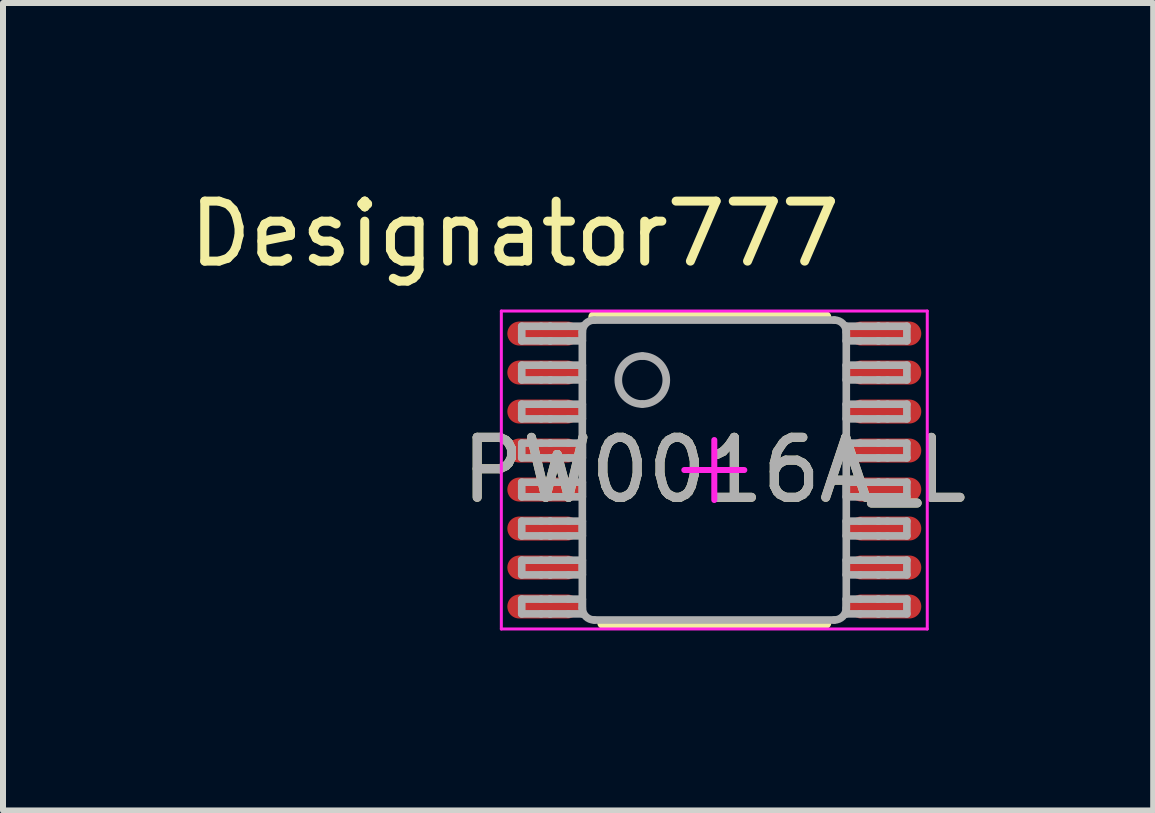
<source format=kicad_pcb>
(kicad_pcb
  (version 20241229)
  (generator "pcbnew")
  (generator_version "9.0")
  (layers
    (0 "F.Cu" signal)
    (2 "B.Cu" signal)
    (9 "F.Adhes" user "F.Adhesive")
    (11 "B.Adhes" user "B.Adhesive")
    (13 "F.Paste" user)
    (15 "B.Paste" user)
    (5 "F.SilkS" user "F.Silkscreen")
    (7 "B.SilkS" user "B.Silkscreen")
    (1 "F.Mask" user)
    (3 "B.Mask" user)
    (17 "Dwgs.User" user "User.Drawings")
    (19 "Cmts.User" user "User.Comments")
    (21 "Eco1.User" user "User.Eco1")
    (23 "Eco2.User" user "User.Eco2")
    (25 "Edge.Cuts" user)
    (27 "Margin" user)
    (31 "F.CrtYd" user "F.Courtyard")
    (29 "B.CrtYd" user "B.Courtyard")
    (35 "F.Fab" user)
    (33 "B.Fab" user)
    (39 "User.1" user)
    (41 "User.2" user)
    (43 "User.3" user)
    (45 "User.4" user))
  (footprint "PW0016A_L"
    (layer "F.Cu")
    (at 8.857 4.785)
    (property "Reference" "PW0016A_L" (at 0 0 0) (unlocked yes) (layer "F.SilkS") (effects (font (size 1 1) (thickness 0.15))))
    (attr smd)
    (fp_line (start -2 -2.55) (end 1.85 -2.55) (stroke (width 0.2) (type solid)) (layer "F.SilkS"))
    (fp_line (start -1.85 2.55) (end 1.85 2.55) (stroke (width 0.2) (type solid)) (layer "F.SilkS"))
    (fp_line (start -3.55 -2.65) (end 3.55 -2.65) (stroke (width 0.05) (type solid)) (layer "F.CrtYd"))
    (fp_line (start -3.55 2.65) (end -3.55 -2.65) (stroke (width 0.05) (type solid)) (layer "F.CrtYd"))
    (fp_line (start -3.55 2.65) (end 3.55 2.65) (stroke (width 0.05) (type solid)) (layer "F.CrtYd"))
    (fp_line (start -0.5 0) (end 0.5 0) (stroke (width 0.1) (type solid)) (layer "F.CrtYd"))
    (fp_line (start -0.000003 0.5) (end -0.000003 -0.5) (stroke (width 0.1) (type solid)) (layer "F.CrtYd"))
    (fp_line (start 3.55 2.65) (end 3.55 -2.65) (stroke (width 0.05) (type solid)) (layer "F.CrtYd"))
    (fp_line (start -3.21 -2.397) (end -2.887 -2.397) (stroke (width 0.127) (type solid)) (layer "F.Fab"))
    (fp_line (start -3.21 -2.153) (end -3.21 -2.397) (stroke (width 0.127) (type solid)) (layer "F.Fab"))
    (fp_line (start -3.21 -2.153) (end -2.887 -2.153) (stroke (width 0.127) (type solid)) (layer "F.Fab"))
    (fp_line (start -3.21 -1.748) (end -2.887 -1.748) (stroke (width 0.127) (type solid)) (layer "F.Fab"))
    (fp_line (start -3.21 -1.502) (end -3.21 -1.748) (stroke (width 0.127) (type solid)) (layer "F.Fab"))
    (fp_line (start -3.21 -1.502) (end -2.887 -1.502) (stroke (width 0.127) (type solid)) (layer "F.Fab"))
    (fp_line (start -3.21 -1.097) (end -2.887 -1.097) (stroke (width 0.127) (type solid)) (layer "F.Fab"))
    (fp_line (start -3.21 -0.853) (end -3.21 -1.097) (stroke (width 0.127) (type solid)) (layer "F.Fab"))
    (fp_line (start -3.21 -0.853) (end -2.887 -0.853) (stroke (width 0.127) (type solid)) (layer "F.Fab"))
    (fp_line (start -3.21 -0.448) (end -2.887 -0.448) (stroke (width 0.127) (type solid)) (layer "F.Fab"))
    (fp_line (start -3.21 -0.202) (end -3.21 -0.448) (stroke (width 0.127) (type solid)) (layer "F.Fab"))
    (fp_line (start -3.21 -0.202) (end -2.887 -0.202) (stroke (width 0.127) (type solid)) (layer "F.Fab"))
    (fp_line (start -3.21 0.203) (end -2.887 0.203) (stroke (width 0.127) (type solid)) (layer "F.Fab"))
    (fp_line (start -3.21 0.447) (end -3.21 0.203) (stroke (width 0.127) (type solid)) (layer "F.Fab"))
    (fp_line (start -3.21 0.447) (end -2.887 0.447) (stroke (width 0.127) (type solid)) (layer "F.Fab"))
    (fp_line (start -3.21 0.852) (end -2.887 0.852) (stroke (width 0.127) (type solid)) (layer "F.Fab"))
    (fp_line (start -3.21 1.098) (end -3.21 0.852) (stroke (width 0.127) (type solid)) (layer "F.Fab"))
    (fp_line (start -3.21 1.098) (end -2.887 1.098) (stroke (width 0.127) (type solid)) (layer "F.Fab"))
    (fp_line (start -3.21 1.503) (end -2.887 1.503) (stroke (width 0.127) (type solid)) (layer "F.Fab"))
    (fp_line (start -3.21 1.748) (end -3.21 1.503) (stroke (width 0.127) (type solid)) (layer "F.Fab"))
    (fp_line (start -3.21 1.748) (end -2.887 1.748) (stroke (width 0.127) (type solid)) (layer "F.Fab"))
    (fp_line (start -3.21 2.152) (end -2.887 2.152) (stroke (width 0.127) (type solid)) (layer "F.Fab"))
    (fp_line (start -3.21 2.398) (end -3.21 2.152) (stroke (width 0.127) (type solid)) (layer "F.Fab"))
    (fp_line (start -3.21 2.398) (end -2.887 2.398) (stroke (width 0.127) (type solid)) (layer "F.Fab"))
    (fp_line (start -2.887 -2.397) (end -2.739 -2.397) (stroke (width 0.127) (type solid)) (layer "F.Fab"))
    (fp_line (start -2.887 -2.153) (end -2.739 -2.153) (stroke (width 0.127) (type solid)) (layer "F.Fab"))
    (fp_line (start -2.887 -1.748) (end -2.739 -1.748) (stroke (width 0.127) (type solid)) (layer "F.Fab"))
    (fp_line (start -2.887 -1.502) (end -2.739 -1.502) (stroke (width 0.127) (type solid)) (layer "F.Fab"))
    (fp_line (start -2.887 -1.097) (end -2.739 -1.097) (stroke (width 0.127) (type solid)) (layer "F.Fab"))
    (fp_line (start -2.887 -0.853) (end -2.739 -0.853) (stroke (width 0.127) (type solid)) (layer "F.Fab"))
    (fp_line (start -2.887 -0.448) (end -2.739 -0.448) (stroke (width 0.127) (type solid)) (layer "F.Fab"))
    (fp_line (start -2.887 -0.202) (end -2.739 -0.202) (stroke (width 0.127) (type solid)) (layer "F.Fab"))
    (fp_line (start -2.887 0.203) (end -2.739 0.203) (stroke (width 0.127) (type solid)) (layer "F.Fab"))
    (fp_line (start -2.887 0.447) (end -2.739 0.447) (stroke (width 0.127) (type solid)) (layer "F.Fab"))
    (fp_line (start -2.887 0.852) (end -2.739 0.852) (stroke (width 0.127) (type solid)) (layer "F.Fab"))
    (fp_line (start -2.887 1.098) (end -2.739 1.098) (stroke (width 0.127) (type solid)) (layer "F.Fab"))
    (fp_line (start -2.887 1.503) (end -2.739 1.503) (stroke (width 0.127) (type solid)) (layer "F.Fab"))
    (fp_line (start -2.887 1.748) (end -2.739 1.748) (stroke (width 0.127) (type solid)) (layer "F.Fab"))
    (fp_line (start -2.887 2.152) (end -2.739 2.152) (stroke (width 0.127) (type solid)) (layer "F.Fab"))
    (fp_line (start -2.887 2.398) (end -2.739 2.398) (stroke (width 0.127) (type solid)) (layer "F.Fab"))
    (fp_line (start -2.739 -2.397) (end -2.733 -2.397) (stroke (width 0.127) (type solid)) (layer "F.Fab"))
    (fp_line (start -2.739 -2.153) (end -2.733 -2.153) (stroke (width 0.127) (type solid)) (layer "F.Fab"))
    (fp_line (start -2.739 -1.748) (end -2.733 -1.748) (stroke (width 0.127) (type solid)) (layer "F.Fab"))
    (fp_line (start -2.739 -1.502) (end -2.733 -1.502) (stroke (width 0.127) (type solid)) (layer "F.Fab"))
    (fp_line (start -2.739 -1.097) (end -2.733 -1.097) (stroke (width 0.127) (type solid)) (layer "F.Fab"))
    (fp_line (start -2.739 -0.853) (end -2.733 -0.853) (stroke (width 0.127) (type solid)) (layer "F.Fab"))
    (fp_line (start -2.739 -0.448) (end -2.733 -0.448) (stroke (width 0.127) (type solid)) (layer "F.Fab"))
    (fp_line (start -2.739 -0.202) (end -2.733 -0.202) (stroke (width 0.127) (type solid)) (layer "F.Fab"))
    (fp_line (start -2.739 0.203) (end -2.733 0.203) (stroke (width 0.127) (type solid)) (layer "F.Fab"))
    (fp_line (start -2.739 0.447) (end -2.733 0.447) (stroke (width 0.127) (type solid)) (layer "F.Fab"))
    (fp_line (start -2.739 0.852) (end -2.733 0.852) (stroke (width 0.127) (type solid)) (layer "F.Fab"))
    (fp_line (start -2.739 1.098) (end -2.733 1.098) (stroke (width 0.127) (type solid)) (layer "F.Fab"))
    (fp_line (start -2.739 1.503) (end -2.733 1.503) (stroke (width 0.127) (type solid)) (layer "F.Fab"))
    (fp_line (start -2.739 1.748) (end -2.733 1.748) (stroke (width 0.127) (type solid)) (layer "F.Fab"))
    (fp_line (start -2.739 2.152) (end -2.733 2.152) (stroke (width 0.127) (type solid)) (layer "F.Fab"))
    (fp_line (start -2.739 2.398) (end -2.733 2.398) (stroke (width 0.127) (type solid)) (layer "F.Fab"))
    (fp_line (start -2.733 -2.397) (end -2.431 -2.397) (stroke (width 0.127) (type solid)) (layer "F.Fab"))
    (fp_line (start -2.733 -2.153) (end -2.431 -2.153) (stroke (width 0.127) (type solid)) (layer "F.Fab"))
    (fp_line (start -2.733 -1.748) (end -2.431 -1.748) (stroke (width 0.127) (type solid)) (layer "F.Fab"))
    (fp_line (start -2.733 -1.502) (end -2.431 -1.502) (stroke (width 0.127) (type solid)) (layer "F.Fab"))
    (fp_line (start -2.733 -1.097) (end -2.431 -1.097) (stroke (width 0.127) (type solid)) (layer "F.Fab"))
    (fp_line (start -2.733 -0.853) (end -2.431 -0.853) (stroke (width 0.127) (type solid)) (layer "F.Fab"))
    (fp_line (start -2.733 -0.448) (end -2.431 -0.448) (stroke (width 0.127) (type solid)) (layer "F.Fab"))
    (fp_line (start -2.733 -0.202) (end -2.431 -0.202) (stroke (width 0.127) (type solid)) (layer "F.Fab"))
    (fp_line (start -2.733 0.203) (end -2.431 0.203) (stroke (width 0.127) (type solid)) (layer "F.Fab"))
    (fp_line (start -2.733 0.447) (end -2.431 0.447) (stroke (width 0.127) (type solid)) (layer "F.Fab"))
    (fp_line (start -2.733 0.852) (end -2.431 0.852) (stroke (width 0.127) (type solid)) (layer "F.Fab"))
    (fp_line (start -2.733 1.098) (end -2.431 1.098) (stroke (width 0.127) (type solid)) (layer "F.Fab"))
    (fp_line (start -2.733 1.503) (end -2.431 1.503) (stroke (width 0.127) (type solid)) (layer "F.Fab"))
    (fp_line (start -2.733 1.748) (end -2.431 1.748) (stroke (width 0.127) (type solid)) (layer "F.Fab"))
    (fp_line (start -2.733 2.152) (end -2.431 2.152) (stroke (width 0.127) (type solid)) (layer "F.Fab"))
    (fp_line (start -2.733 2.398) (end -2.431 2.398) (stroke (width 0.127) (type solid)) (layer "F.Fab"))
    (fp_line (start -2.431 -2.397) (end -2.2 -2.397) (stroke (width 0.127) (type solid)) (layer "F.Fab"))
    (fp_line (start -2.431 -2.153) (end -2.2 -2.153) (stroke (width 0.127) (type solid)) (layer "F.Fab"))
    (fp_line (start -2.431 -1.748) (end -2.2 -1.748) (stroke (width 0.127) (type solid)) (layer "F.Fab"))
    (fp_line (start -2.431 -1.502) (end -2.2 -1.502) (stroke (width 0.127) (type solid)) (layer "F.Fab"))
    (fp_line (start -2.431 -1.097) (end -2.2 -1.097) (stroke (width 0.127) (type solid)) (layer "F.Fab"))
    (fp_line (start -2.431 -0.853) (end -2.2 -0.853) (stroke (width 0.127) (type solid)) (layer "F.Fab"))
    (fp_line (start -2.431 -0.448) (end -2.2 -0.448) (stroke (width 0.127) (type solid)) (layer "F.Fab"))
    (fp_line (start -2.431 -0.202) (end -2.2 -0.202) (stroke (width 0.127) (type solid)) (layer "F.Fab"))
    (fp_line (start -2.431 0.203) (end -2.2 0.203) (stroke (width 0.127) (type solid)) (layer "F.Fab"))
    (fp_line (start -2.431 0.447) (end -2.2 0.447) (stroke (width 0.127) (type solid)) (layer "F.Fab"))
    (fp_line (start -2.431 0.852) (end -2.2 0.852) (stroke (width 0.127) (type solid)) (layer "F.Fab"))
    (fp_line (start -2.431 1.098) (end -2.2 1.098) (stroke (width 0.127) (type solid)) (layer "F.Fab"))
    (fp_line (start -2.431 1.503) (end -2.2 1.503) (stroke (width 0.127) (type solid)) (layer "F.Fab"))
    (fp_line (start -2.431 1.748) (end -2.2 1.748) (stroke (width 0.127) (type solid)) (layer "F.Fab"))
    (fp_line (start -2.431 2.152) (end -2.2 2.152) (stroke (width 0.127) (type solid)) (layer "F.Fab"))
    (fp_line (start -2.431 2.398) (end -2.2 2.398) (stroke (width 0.127) (type solid)) (layer "F.Fab"))
    (fp_line (start -2.2 -2.153) (end -2.2 -2.397) (stroke (width 0.127) (type solid)) (layer "F.Fab"))
    (fp_line (start -2.2 -1.502) (end -2.2 -1.748) (stroke (width 0.127) (type solid)) (layer "F.Fab"))
    (fp_line (start -2.2 -0.853) (end -2.2 -1.097) (stroke (width 0.127) (type solid)) (layer "F.Fab"))
    (fp_line (start -2.2 -0.202) (end -2.2 -0.448) (stroke (width 0.127) (type solid)) (layer "F.Fab"))
    (fp_line (start -2.2 0.447) (end -2.2 0.203) (stroke (width 0.127) (type solid)) (layer "F.Fab"))
    (fp_line (start -2.2 1.098) (end -2.2 0.852) (stroke (width 0.127) (type solid)) (layer "F.Fab"))
    (fp_line (start -2.2 1.748) (end -2.2 1.503) (stroke (width 0.127) (type solid)) (layer "F.Fab"))
    (fp_line (start -2.2 2.3) (end -2.2 -2.3) (stroke (width 0.127) (type solid)) (layer "F.Fab"))
    (fp_line (start -2.2 2.398) (end -2.2 2.152) (stroke (width 0.127) (type solid)) (layer "F.Fab"))
    (fp_line (start -2 -2.5) (end 2 -2.5) (stroke (width 0.127) (type solid)) (layer "F.Fab"))
    (fp_line (start -2 2.5) (end 2 2.5) (stroke (width 0.127) (type solid)) (layer "F.Fab"))
    (fp_line (start 2.2 -2.397) (end 2.43 -2.397) (stroke (width 0.127) (type solid)) (layer "F.Fab"))
    (fp_line (start 2.2 -2.153) (end 2.2 -2.397) (stroke (width 0.127) (type solid)) (layer "F.Fab"))
    (fp_line (start 2.2 -2.153) (end 2.43 -2.153) (stroke (width 0.127) (type solid)) (layer "F.Fab"))
    (fp_line (start 2.2 -1.748) (end 2.43 -1.748) (stroke (width 0.127) (type solid)) (layer "F.Fab"))
    (fp_line (start 2.2 -1.502) (end 2.2 -1.748) (stroke (width 0.127) (type solid)) (layer "F.Fab"))
    (fp_line (start 2.2 -1.502) (end 2.43 -1.502) (stroke (width 0.127) (type solid)) (layer "F.Fab"))
    (fp_line (start 2.2 -1.097) (end 2.43 -1.097) (stroke (width 0.127) (type solid)) (layer "F.Fab"))
    (fp_line (start 2.2 -0.853) (end 2.2 -1.097) (stroke (width 0.127) (type solid)) (layer "F.Fab"))
    (fp_line (start 2.2 -0.853) (end 2.43 -0.853) (stroke (width 0.127) (type solid)) (layer "F.Fab"))
    (fp_line (start 2.2 -0.448) (end 2.43 -0.448) (stroke (width 0.127) (type solid)) (layer "F.Fab"))
    (fp_line (start 2.2 -0.202) (end 2.2 -0.448) (stroke (width 0.127) (type solid)) (layer "F.Fab"))
    (fp_line (start 2.2 -0.202) (end 2.43 -0.202) (stroke (width 0.127) (type solid)) (layer "F.Fab"))
    (fp_line (start 2.2 0.203) (end 2.43 0.203) (stroke (width 0.127) (type solid)) (layer "F.Fab"))
    (fp_line (start 2.2 0.447) (end 2.2 0.203) (stroke (width 0.127) (type solid)) (layer "F.Fab"))
    (fp_line (start 2.2 0.447) (end 2.43 0.447) (stroke (width 0.127) (type solid)) (layer "F.Fab"))
    (fp_line (start 2.2 0.852) (end 2.43 0.852) (stroke (width 0.127) (type solid)) (layer "F.Fab"))
    (fp_line (start 2.2 1.098) (end 2.2 0.852) (stroke (width 0.127) (type solid)) (layer "F.Fab"))
    (fp_line (start 2.2 1.098) (end 2.43 1.098) (stroke (width 0.127) (type solid)) (layer "F.Fab"))
    (fp_line (start 2.2 1.503) (end 2.43 1.503) (stroke (width 0.127) (type solid)) (layer "F.Fab"))
    (fp_line (start 2.2 1.748) (end 2.2 1.503) (stroke (width 0.127) (type solid)) (layer "F.Fab"))
    (fp_line (start 2.2 1.748) (end 2.43 1.748) (stroke (width 0.127) (type solid)) (layer "F.Fab"))
    (fp_line (start 2.2 2.152) (end 2.43 2.152) (stroke (width 0.127) (type solid)) (layer "F.Fab"))
    (fp_line (start 2.2 2.3) (end 2.2 -2.3) (stroke (width 0.127) (type solid)) (layer "F.Fab"))
    (fp_line (start 2.2 2.398) (end 2.2 2.152) (stroke (width 0.127) (type solid)) (layer "F.Fab"))
    (fp_line (start 2.2 2.398) (end 2.43 2.398) (stroke (width 0.127) (type solid)) (layer "F.Fab"))
    (fp_line (start 2.43 -2.397) (end 2.733 -2.397) (stroke (width 0.127) (type solid)) (layer "F.Fab"))
    (fp_line (start 2.43 -2.153) (end 2.733 -2.153) (stroke (width 0.127) (type solid)) (layer "F.Fab"))
    (fp_line (start 2.43 -1.748) (end 2.733 -1.748) (stroke (width 0.127) (type solid)) (layer "F.Fab"))
    (fp_line (start 2.43 -1.502) (end 2.733 -1.502) (stroke (width 0.127) (type solid)) (layer "F.Fab"))
    (fp_line (start 2.43 -1.097) (end 2.733 -1.097) (stroke (width 0.127) (type solid)) (layer "F.Fab"))
    (fp_line (start 2.43 -0.853) (end 2.733 -0.853) (stroke (width 0.127) (type solid)) (layer "F.Fab"))
    (fp_line (start 2.43 -0.448) (end 2.733 -0.448) (stroke (width 0.127) (type solid)) (layer "F.Fab"))
    (fp_line (start 2.43 -0.202) (end 2.733 -0.202) (stroke (width 0.127) (type solid)) (layer "F.Fab"))
    (fp_line (start 2.43 0.203) (end 2.733 0.203) (stroke (width 0.127) (type solid)) (layer "F.Fab"))
    (fp_line (start 2.43 0.447) (end 2.733 0.447) (stroke (width 0.127) (type solid)) (layer "F.Fab"))
    (fp_line (start 2.43 0.852) (end 2.733 0.852) (stroke (width 0.127) (type solid)) (layer "F.Fab"))
    (fp_line (start 2.43 1.098) (end 2.733 1.098) (stroke (width 0.127) (type solid)) (layer "F.Fab"))
    (fp_line (start 2.43 1.503) (end 2.733 1.503) (stroke (width 0.127) (type solid)) (layer "F.Fab"))
    (fp_line (start 2.43 1.748) (end 2.733 1.748) (stroke (width 0.127) (type solid)) (layer "F.Fab"))
    (fp_line (start 2.43 2.152) (end 2.733 2.152) (stroke (width 0.127) (type solid)) (layer "F.Fab"))
    (fp_line (start 2.43 2.398) (end 2.733 2.398) (stroke (width 0.127) (type solid)) (layer "F.Fab"))
    (fp_line (start 2.733 -2.397) (end 2.739 -2.397) (stroke (width 0.127) (type solid)) (layer "F.Fab"))
    (fp_line (start 2.733 -2.153) (end 2.739 -2.153) (stroke (width 0.127) (type solid)) (layer "F.Fab"))
    (fp_line (start 2.733 -1.748) (end 2.739 -1.748) (stroke (width 0.127) (type solid)) (layer "F.Fab"))
    (fp_line (start 2.733 -1.502) (end 2.739 -1.502) (stroke (width 0.127) (type solid)) (layer "F.Fab"))
    (fp_line (start 2.733 -1.097) (end 2.739 -1.097) (stroke (width 0.127) (type solid)) (layer "F.Fab"))
    (fp_line (start 2.733 -0.853) (end 2.739 -0.853) (stroke (width 0.127) (type solid)) (layer "F.Fab"))
    (fp_line (start 2.733 -0.448) (end 2.739 -0.448) (stroke (width 0.127) (type solid)) (layer "F.Fab"))
    (fp_line (start 2.733 -0.202) (end 2.739 -0.202) (stroke (width 0.127) (type solid)) (layer "F.Fab"))
    (fp_line (start 2.733 0.203) (end 2.739 0.203) (stroke (width 0.127) (type solid)) (layer "F.Fab"))
    (fp_line (start 2.733 0.447) (end 2.739 0.447) (stroke (width 0.127) (type solid)) (layer "F.Fab"))
    (fp_line (start 2.733 0.852) (end 2.739 0.852) (stroke (width 0.127) (type solid)) (layer "F.Fab"))
    (fp_line (start 2.733 1.098) (end 2.739 1.098) (stroke (width 0.127) (type solid)) (layer "F.Fab"))
    (fp_line (start 2.733 1.503) (end 2.739 1.503) (stroke (width 0.127) (type solid)) (layer "F.Fab"))
    (fp_line (start 2.733 1.748) (end 2.739 1.748) (stroke (width 0.127) (type solid)) (layer "F.Fab"))
    (fp_line (start 2.733 2.152) (end 2.739 2.152) (stroke (width 0.127) (type solid)) (layer "F.Fab"))
    (fp_line (start 2.733 2.398) (end 2.739 2.398) (stroke (width 0.127) (type solid)) (layer "F.Fab"))
    (fp_line (start 2.739 -2.397) (end 2.887 -2.397) (stroke (width 0.127) (type solid)) (layer "F.Fab"))
    (fp_line (start 2.739 -2.153) (end 2.887 -2.153) (stroke (width 0.127) (type solid)) (layer "F.Fab"))
    (fp_line (start 2.739 -1.748) (end 2.887 -1.748) (stroke (width 0.127) (type solid)) (layer "F.Fab"))
    (fp_line (start 2.739 -1.502) (end 2.887 -1.502) (stroke (width 0.127) (type solid)) (layer "F.Fab"))
    (fp_line (start 2.739 -1.097) (end 2.887 -1.097) (stroke (width 0.127) (type solid)) (layer "F.Fab"))
    (fp_line (start 2.739 -0.853) (end 2.887 -0.853) (stroke (width 0.127) (type solid)) (layer "F.Fab"))
    (fp_line (start 2.739 -0.448) (end 2.887 -0.448) (stroke (width 0.127) (type solid)) (layer "F.Fab"))
    (fp_line (start 2.739 -0.202) (end 2.887 -0.202) (stroke (width 0.127) (type solid)) (layer "F.Fab"))
    (fp_line (start 2.739 0.203) (end 2.887 0.203) (stroke (width 0.127) (type solid)) (layer "F.Fab"))
    (fp_line (start 2.739 0.447) (end 2.887 0.447) (stroke (width 0.127) (type solid)) (layer "F.Fab"))
    (fp_line (start 2.739 0.852) (end 2.887 0.852) (stroke (width 0.127) (type solid)) (layer "F.Fab"))
    (fp_line (start 2.739 1.098) (end 2.887 1.098) (stroke (width 0.127) (type solid)) (layer "F.Fab"))
    (fp_line (start 2.739 1.503) (end 2.887 1.503) (stroke (width 0.127) (type solid)) (layer "F.Fab"))
    (fp_line (start 2.739 1.748) (end 2.887 1.748) (stroke (width 0.127) (type solid)) (layer "F.Fab"))
    (fp_line (start 2.739 2.152) (end 2.887 2.152) (stroke (width 0.127) (type solid)) (layer "F.Fab"))
    (fp_line (start 2.739 2.398) (end 2.887 2.398) (stroke (width 0.127) (type solid)) (layer "F.Fab"))
    (fp_line (start 2.887 -2.397) (end 3.21 -2.397) (stroke (width 0.127) (type solid)) (layer "F.Fab"))
    (fp_line (start 2.887 -2.153) (end 3.21 -2.153) (stroke (width 0.127) (type solid)) (layer "F.Fab"))
    (fp_line (start 2.887 -1.748) (end 3.21 -1.748) (stroke (width 0.127) (type solid)) (layer "F.Fab"))
    (fp_line (start 2.887 -1.502) (end 3.21 -1.502) (stroke (width 0.127) (type solid)) (layer "F.Fab"))
    (fp_line (start 2.887 -1.097) (end 3.21 -1.097) (stroke (width 0.127) (type solid)) (layer "F.Fab"))
    (fp_line (start 2.887 -0.853) (end 3.21 -0.853) (stroke (width 0.127) (type solid)) (layer "F.Fab"))
    (fp_line (start 2.887 -0.448) (end 3.21 -0.448) (stroke (width 0.127) (type solid)) (layer "F.Fab"))
    (fp_line (start 2.887 -0.202) (end 3.21 -0.202) (stroke (width 0.127) (type solid)) (layer "F.Fab"))
    (fp_line (start 2.887 0.203) (end 3.21 0.203) (stroke (width 0.127) (type solid)) (layer "F.Fab"))
    (fp_line (start 2.887 0.447) (end 3.21 0.447) (stroke (width 0.127) (type solid)) (layer "F.Fab"))
    (fp_line (start 2.887 0.852) (end 3.21 0.852) (stroke (width 0.127) (type solid)) (layer "F.Fab"))
    (fp_line (start 2.887 1.098) (end 3.21 1.098) (stroke (width 0.127) (type solid)) (layer "F.Fab"))
    (fp_line (start 2.887 1.503) (end 3.21 1.503) (stroke (width 0.127) (type solid)) (layer "F.Fab"))
    (fp_line (start 2.887 1.748) (end 3.21 1.748) (stroke (width 0.127) (type solid)) (layer "F.Fab"))
    (fp_line (start 2.887 2.152) (end 3.21 2.152) (stroke (width 0.127) (type solid)) (layer "F.Fab"))
    (fp_line (start 2.887 2.398) (end 3.21 2.398) (stroke (width 0.127) (type solid)) (layer "F.Fab"))
    (fp_line (start 3.21 -2.153) (end 3.21 -2.397) (stroke (width 0.127) (type solid)) (layer "F.Fab"))
    (fp_line (start 3.21 -1.502) (end 3.21 -1.748) (stroke (width 0.127) (type solid)) (layer "F.Fab"))
    (fp_line (start 3.21 -0.853) (end 3.21 -1.097) (stroke (width 0.127) (type solid)) (layer "F.Fab"))
    (fp_line (start 3.21 -0.202) (end 3.21 -0.448) (stroke (width 0.127) (type solid)) (layer "F.Fab"))
    (fp_line (start 3.21 0.447) (end 3.21 0.203) (stroke (width 0.127) (type solid)) (layer "F.Fab"))
    (fp_line (start 3.21 1.098) (end 3.21 0.852) (stroke (width 0.127) (type solid)) (layer "F.Fab"))
    (fp_line (start 3.21 1.748) (end 3.21 1.503) (stroke (width 0.127) (type solid)) (layer "F.Fab"))
    (fp_line (start 3.21 2.398) (end 3.21 2.152) (stroke (width 0.127) (type solid)) (layer "F.Fab"))
    (fp_arc (start -2.200001 -2.3) (mid -2.141422 -2.441421) (end -2.000001 -2.5) (stroke (width 0.127) (type solid)) (layer "F.Fab"))
    (fp_arc (start -2.000001 2.500015) (mid -2.141422 2.441437) (end -2.200001 2.300016) (stroke (width 0.127) (type solid)) (layer "F.Fab"))
    (fp_arc (start -1.200003 -1.900001) (mid -0.800003 -1.500002) (end -1.200003 -1.100003) (stroke (width 0.127) (type solid)) (layer "F.Fab"))
    (fp_arc (start -1.200003 -1.100003) (mid -1.600002 -1.500002) (end -1.200003 -1.900001) (stroke (width 0.127) (type solid)) (layer "F.Fab"))
    (fp_arc (start 1.999991 -2.5) (mid 2.141412 -2.441422) (end 2.199991 -2.3) (stroke (width 0.127) (type solid)) (layer "F.Fab"))
    (fp_arc (start 2.199991 2.300016) (mid 2.141412 2.441437) (end 1.999991 2.500015) (stroke (width 0.127) (type solid)) (layer "F.Fab"))
    (fp_text user "Designator777" (at -3.327 -3.937 0) (unlocked yes) (layer "F.SilkS") (effects (font (size 1 1) (thickness 0.15))))
    (fp_text user "${REFERENCE}" (at 0 0 0) (unlocked yes) (layer "F.Fab") (effects (font (size 1 1) (thickness 0.15))))
    (pad "1" smd oval (at -2.85 -2.275 90) (size 0.4 1.2) (layers "F.Cu" "F.Mask" "F.Paste"))
    (pad "2" smd oval (at -2.85 -1.625 90) (size 0.4 1.2) (layers "F.Cu" "F.Mask" "F.Paste"))
    (pad "3" smd oval (at -2.85 -0.975 90) (size 0.4 1.2) (layers "F.Cu" "F.Mask" "F.Paste"))
    (pad "4" smd oval (at -2.85 -0.325 90) (size 0.4 1.2) (layers "F.Cu" "F.Mask" "F.Paste"))
    (pad "5" smd oval (at -2.85 0.325 90) (size 0.4 1.2) (layers "F.Cu" "F.Mask" "F.Paste"))
    (pad "6" smd oval (at -2.85 0.975 90) (size 0.4 1.2) (layers "F.Cu" "F.Mask" "F.Paste"))
    (pad "7" smd oval (at -2.85 1.625 90) (size 0.4 1.2) (layers "F.Cu" "F.Mask" "F.Paste"))
    (pad "8" smd oval (at -2.85 2.275 90) (size 0.4 1.2) (layers "F.Cu" "F.Mask" "F.Paste"))
    (pad "9" smd oval (at 2.85 2.275 90) (size 0.4 1.2) (layers "F.Cu" "F.Mask" "F.Paste"))
    (pad "10" smd oval (at 2.85 1.625 90) (size 0.4 1.2) (layers "F.Cu" "F.Mask" "F.Paste"))
    (pad "11" smd oval (at 2.85 0.975 90) (size 0.4 1.2) (layers "F.Cu" "F.Mask" "F.Paste"))
    (pad "12" smd oval (at 2.85 0.325 90) (size 0.4 1.2) (layers "F.Cu" "F.Mask" "F.Paste"))
    (pad "13" smd oval (at 2.85 -0.325 90) (size 0.4 1.2) (layers "F.Cu" "F.Mask" "F.Paste"))
    (pad "14" smd oval (at 2.85 -0.975 90) (size 0.4 1.2) (layers "F.Cu" "F.Mask" "F.Paste"))
    (pad "15" smd oval (at 2.85 -1.625 90) (size 0.4 1.2) (layers "F.Cu" "F.Mask" "F.Paste"))
    (pad "16" smd oval (at 2.85 -2.275 90) (size 0.4 1.2) (layers "F.Cu" "F.Mask" "F.Paste")))
  (gr_rect
    (start -3 -3)
    (end 16.173 10.46)
    (stroke (width 0.1) (type default))
    (fill no)
    (layer "Edge.Cuts")))
</source>
